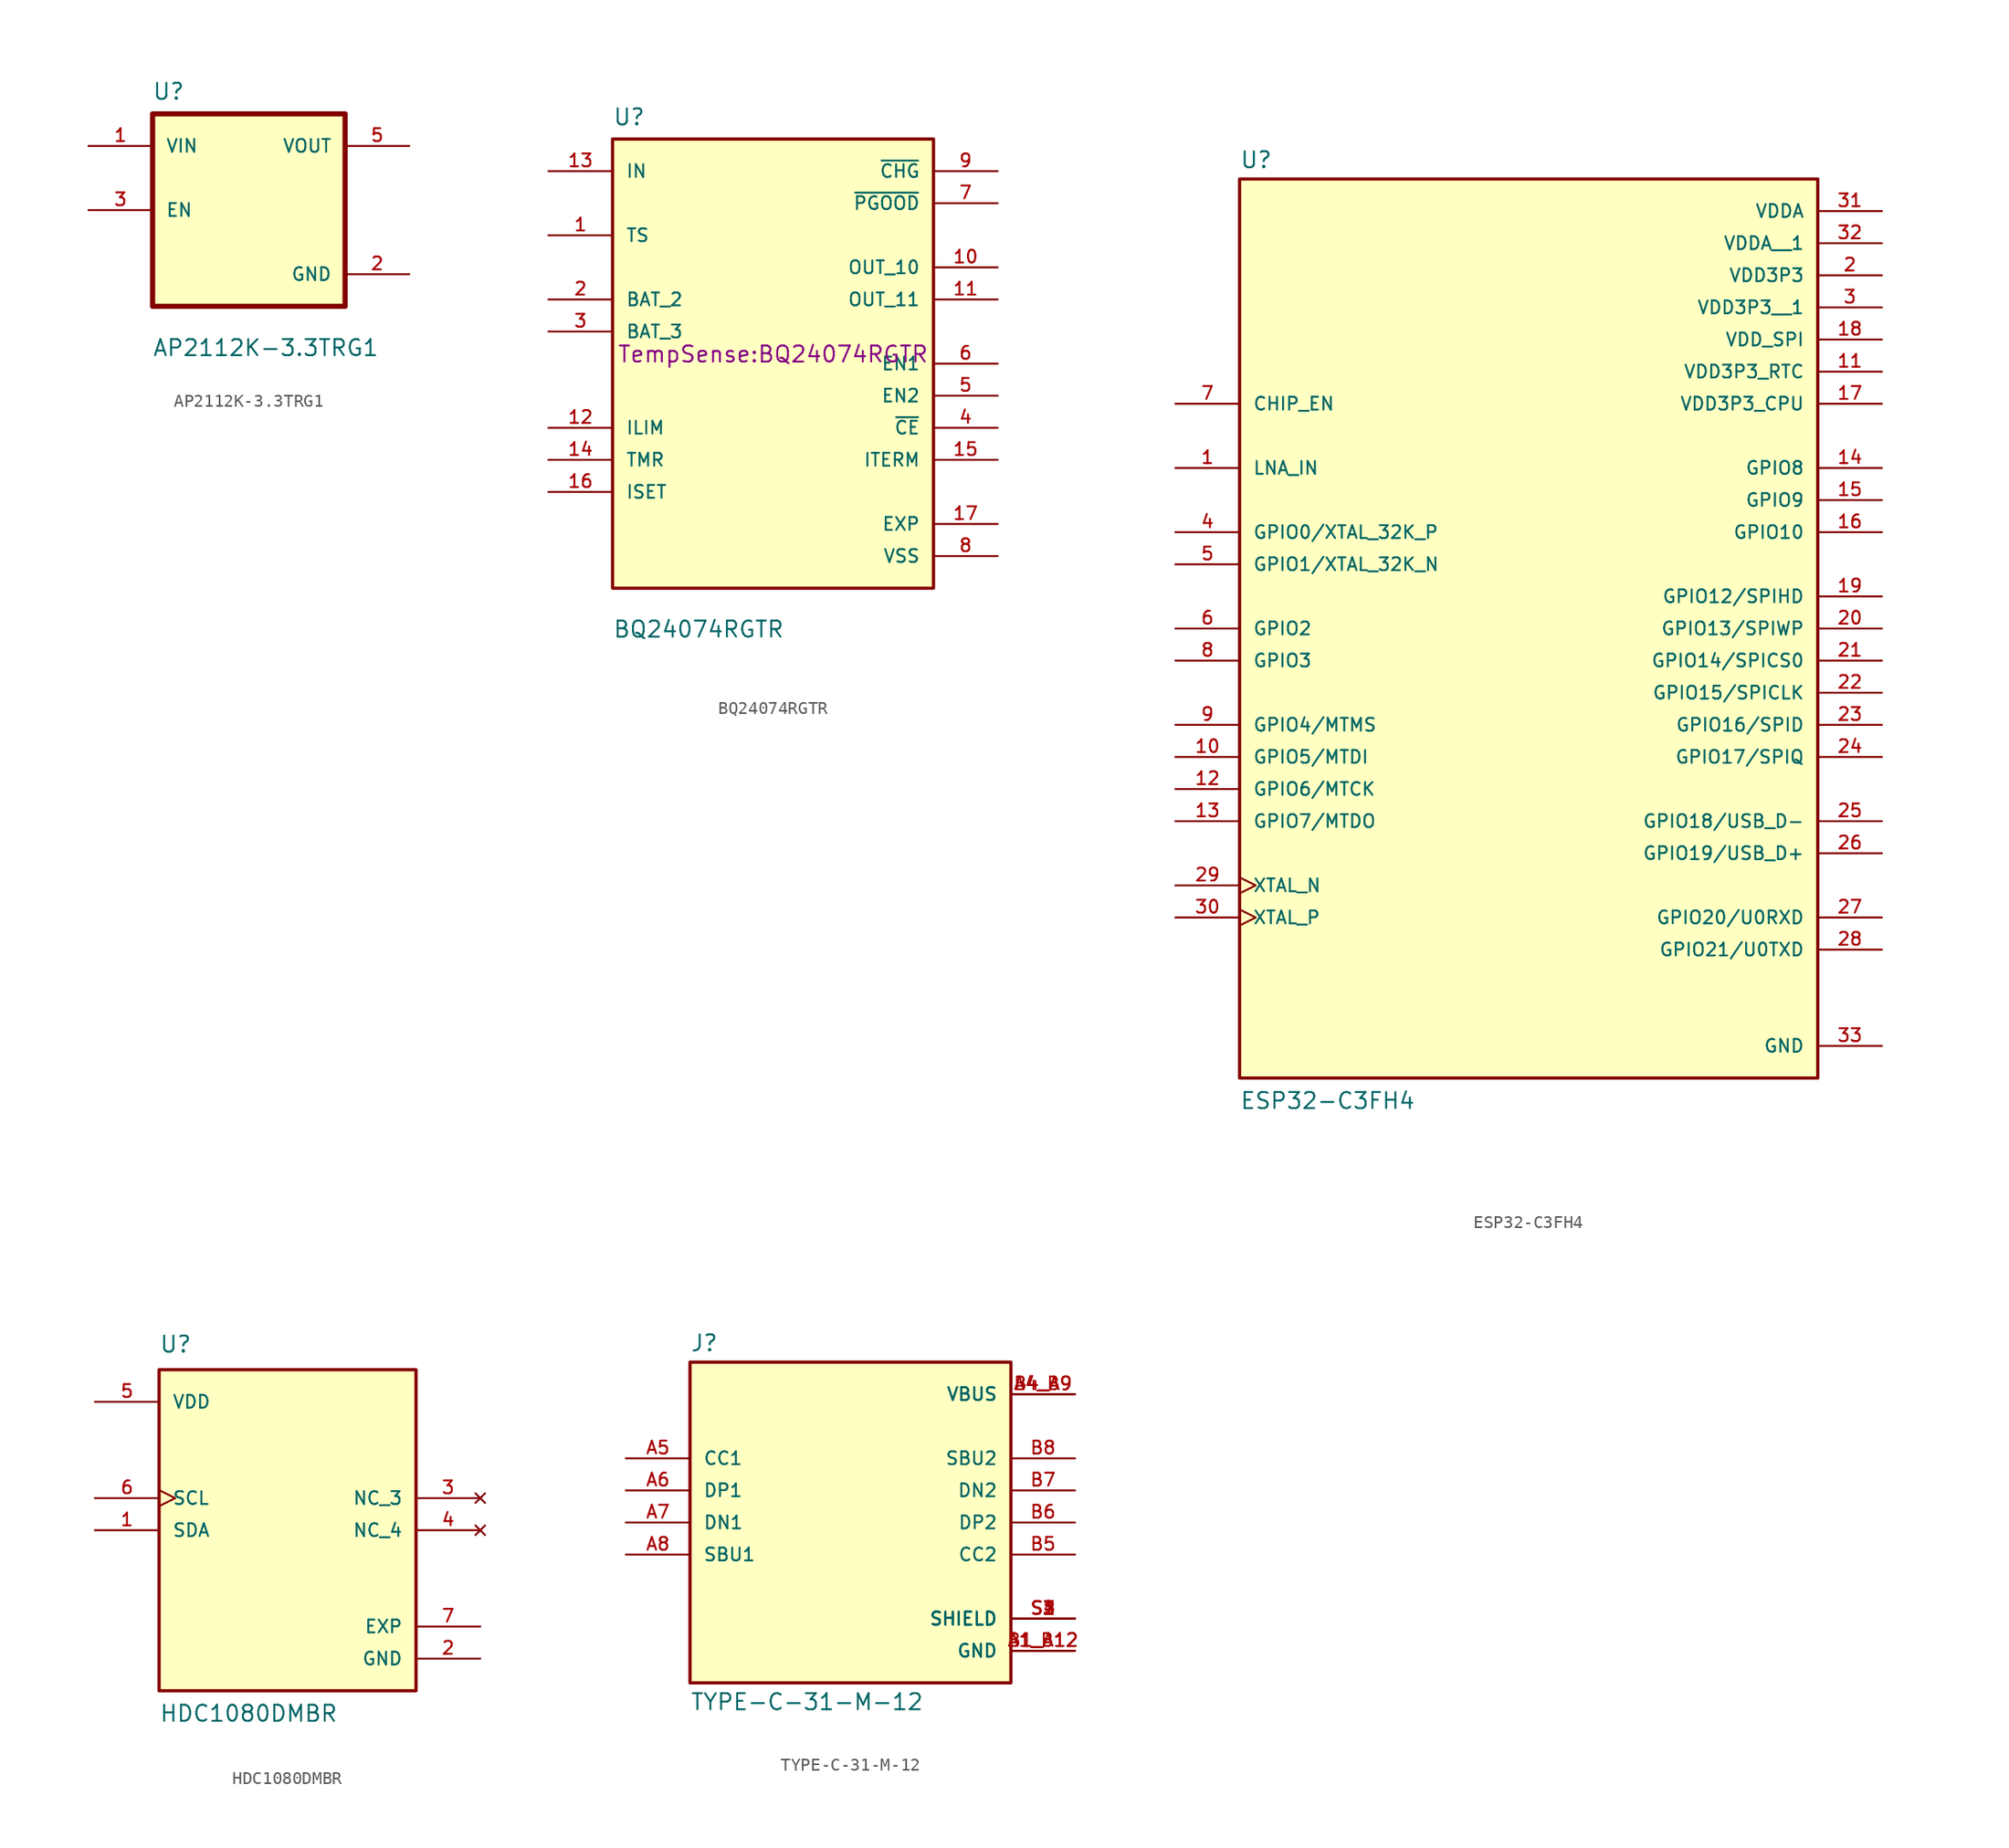
<source format=kicad_sym>
(kicad_symbol_lib
  (version 20241209)
  (generator "kicad_symbol_editor")
  (generator_version "9.0")
  (symbol "AP2112K-3.3TRG1"
    (pin_names
      (offset 1.016))
    (property "Reference" "U"
      (at -7.663 8.648 0)
      (effects (font (size 1.27 1.27)) (justify left bottom)))
    (property "Value" "AP2112K-3.3TRG1"
      (at -7.649 -11.651 0)
      (effects (font (size 1.27 1.27)) (justify left bottom)))
    (symbol "AP2112K-3.3TRG1_0_0"
      (rectangle (start -7.62 -7.62) (end 7.62 7.62) (stroke (width 0.41) (type default)) (fill (type background)))
      (pin power_in line (at -12.7 5.08 0) (length 5.08) (name "VIN" (effects (font (size 1.016 1.016)))) (number "1" (effects (font (size 1.016 1.016)))))
      (pin input line (at -12.7 0 0) (length 5.08) (name "EN" (effects (font (size 1.016 1.016)))) (number "3" (effects (font (size 1.016 1.016)))))
      (pin power_in line (at 12.7 5.08 180) (length 5.08) (name "VOUT" (effects (font (size 1.016 1.016)))) (number "5" (effects (font (size 1.016 1.016)))))
      (pin power_in line (at 12.7 -5.08 180) (length 5.08) (name "GND" (effects (font (size 1.016 1.016)))) (number "2" (effects (font (size 1.016 1.016)))))))
  (symbol "BQ24074RGTR"
    (pin_names
      (offset 1.016))
    (property "Reference" "U"
      (at -12.7 18.78 0)
      (effects (font (size 1.27 1.27)) (justify left bottom)))
    (property "Value" "BQ24074RGTR"
      (at -12.7 -21.78 0)
      (effects (font (size 1.27 1.27)) (justify left bottom)))
    (property "Footprint" "TempSense:BQ24074RGTR"
      (at 0 0 0)
      (effects (font (size 1.27 1.27)) (justify bottom)))
    (symbol "BQ24074RGTR_0_0"
      (rectangle (start -12.7 -17.78) (end 12.7 17.78) (stroke (width 0.254) (type default)) (fill (type background)))
      (pin input line (at -17.78 15.24 0) (length 5.08) (name "IN" (effects (font (size 1.016 1.016)))) (number "13" (effects (font (size 1.016 1.016)))))
      (pin input line (at -17.78 10.16 0) (length 5.08) (name "TS" (effects (font (size 1.016 1.016)))) (number "1" (effects (font (size 1.016 1.016)))))
      (pin bidirectional line (at -17.78 5.08 0) (length 5.08) (name "BAT_2" (effects (font (size 1.016 1.016)))) (number "2" (effects (font (size 1.016 1.016)))))
      (pin bidirectional line (at -17.78 2.54 0) (length 5.08) (name "BAT_3" (effects (font (size 1.016 1.016)))) (number "3" (effects (font (size 1.016 1.016)))))
      (pin input line (at -17.78 -5.08 0) (length 5.08) (name "ILIM" (effects (font (size 1.016 1.016)))) (number "12" (effects (font (size 1.016 1.016)))))
      (pin input line (at -17.78 -7.62 0) (length 5.08) (name "TMR" (effects (font (size 1.016 1.016)))) (number "14" (effects (font (size 1.016 1.016)))))
      (pin bidirectional line (at -17.78 -10.16 0) (length 5.08) (name "ISET" (effects (font (size 1.016 1.016)))) (number "16" (effects (font (size 1.016 1.016)))))
      (pin output line (at 17.78 15.24 180) (length 5.08) (name "~{CHG}" (effects (font (size 1.016 1.016)))) (number "9" (effects (font (size 1.016 1.016)))))
      (pin output line (at 17.78 12.7 180) (length 5.08) (name "~{PGOOD}" (effects (font (size 1.016 1.016)))) (number "7" (effects (font (size 1.016 1.016)))))
      (pin output line (at 17.78 7.62 180) (length 5.08) (name "OUT_10" (effects (font (size 1.016 1.016)))) (number "10" (effects (font (size 1.016 1.016)))))
      (pin output line (at 17.78 5.08 180) (length 5.08) (name "OUT_11" (effects (font (size 1.016 1.016)))) (number "11" (effects (font (size 1.016 1.016)))))
      (pin input line (at 17.78 0 180) (length 5.08) (name "EN1" (effects (font (size 1.016 1.016)))) (number "6" (effects (font (size 1.016 1.016)))))
      (pin input line (at 17.78 -2.54 180) (length 5.08) (name "EN2" (effects (font (size 1.016 1.016)))) (number "5" (effects (font (size 1.016 1.016)))))
      (pin input line (at 17.78 -5.08 180) (length 5.08) (name "~{CE}" (effects (font (size 1.016 1.016)))) (number "4" (effects (font (size 1.016 1.016)))))
      (pin input line (at 17.78 -7.62 180) (length 5.08) (name "ITERM" (effects (font (size 1.016 1.016)))) (number "15" (effects (font (size 1.016 1.016)))))
      (pin power_in line (at 17.78 -12.7 180) (length 5.08) (name "EXP" (effects (font (size 1.016 1.016)))) (number "17" (effects (font (size 1.016 1.016)))))
      (pin power_in line (at 17.78 -15.24 180) (length 5.08) (name "VSS" (effects (font (size 1.016 1.016)))) (number "8" (effects (font (size 1.016 1.016)))))))
  (symbol "ESP32-C3FH4"
    (pin_names
      (offset 1.016))
    (property "Reference" "U"
      (at -22.86 33.782 0)
      (effects (font (size 1.27 1.27)) (justify left bottom)))
    (property "Value" "ESP32-C3FH4"
      (at -22.86 -40.64 0)
      (effects (font (size 1.27 1.27)) (justify left bottom)))
    (symbol "ESP32-C3FH4_0_0"
      (rectangle (start -22.86 -38.1) (end 22.86 33.02) (stroke (width 0.254) (type default)) (fill (type background)))
      (pin input line (at -27.94 15.24 0) (length 5.08) (name "CHIP_EN" (effects (font (size 1.016 1.016)))) (number "7" (effects (font (size 1.016 1.016)))))
      (pin input line (at -27.94 10.16 0) (length 5.08) (name "LNA_IN" (effects (font (size 1.016 1.016)))) (number "1" (effects (font (size 1.016 1.016)))))
      (pin bidirectional line (at -27.94 5.08 0) (length 5.08) (name "GPIO0/XTAL_32K_P" (effects (font (size 1.016 1.016)))) (number "4" (effects (font (size 1.016 1.016)))))
      (pin bidirectional line (at -27.94 2.54 0) (length 5.08) (name "GPIO1/XTAL_32K_N" (effects (font (size 1.016 1.016)))) (number "5" (effects (font (size 1.016 1.016)))))
      (pin bidirectional line (at -27.94 -2.54 0) (length 5.08) (name "GPIO2" (effects (font (size 1.016 1.016)))) (number "6" (effects (font (size 1.016 1.016)))))
      (pin bidirectional line (at -27.94 -5.08 0) (length 5.08) (name "GPIO3" (effects (font (size 1.016 1.016)))) (number "8" (effects (font (size 1.016 1.016)))))
      (pin bidirectional line (at -27.94 -10.16 0) (length 5.08) (name "GPIO4/MTMS" (effects (font (size 1.016 1.016)))) (number "9" (effects (font (size 1.016 1.016)))))
      (pin bidirectional line (at -27.94 -12.7 0) (length 5.08) (name "GPIO5/MTDI" (effects (font (size 1.016 1.016)))) (number "10" (effects (font (size 1.016 1.016)))))
      (pin bidirectional line (at -27.94 -15.24 0) (length 5.08) (name "GPIO6/MTCK" (effects (font (size 1.016 1.016)))) (number "12" (effects (font (size 1.016 1.016)))))
      (pin bidirectional line (at -27.94 -17.78 0) (length 5.08) (name "GPIO7/MTDO" (effects (font (size 1.016 1.016)))) (number "13" (effects (font (size 1.016 1.016)))))
      (pin input clock (at -27.94 -22.86 0) (length 5.08) (name "XTAL_N" (effects (font (size 1.016 1.016)))) (number "29" (effects (font (size 1.016 1.016)))))
      (pin input clock (at -27.94 -25.4 0) (length 5.08) (name "XTAL_P" (effects (font (size 1.016 1.016)))) (number "30" (effects (font (size 1.016 1.016)))))
      (pin power_in line (at 27.94 30.48 180) (length 5.08) (name "VDDA" (effects (font (size 1.016 1.016)))) (number "31" (effects (font (size 1.016 1.016)))))
      (pin power_in line (at 27.94 27.94 180) (length 5.08) (name "VDDA__1" (effects (font (size 1.016 1.016)))) (number "32" (effects (font (size 1.016 1.016)))))
      (pin power_in line (at 27.94 25.4 180) (length 5.08) (name "VDD3P3" (effects (font (size 1.016 1.016)))) (number "2" (effects (font (size 1.016 1.016)))))
      (pin power_in line (at 27.94 22.86 180) (length 5.08) (name "VDD3P3__1" (effects (font (size 1.016 1.016)))) (number "3" (effects (font (size 1.016 1.016)))))
      (pin power_in line (at 27.94 20.32 180) (length 5.08) (name "VDD_SPI" (effects (font (size 1.016 1.016)))) (number "18" (effects (font (size 1.016 1.016)))))
      (pin power_in line (at 27.94 17.78 180) (length 5.08) (name "VDD3P3_RTC" (effects (font (size 1.016 1.016)))) (number "11" (effects (font (size 1.016 1.016)))))
      (pin power_in line (at 27.94 15.24 180) (length 5.08) (name "VDD3P3_CPU" (effects (font (size 1.016 1.016)))) (number "17" (effects (font (size 1.016 1.016)))))
      (pin bidirectional line (at 27.94 10.16 180) (length 5.08) (name "GPIO8" (effects (font (size 1.016 1.016)))) (number "14" (effects (font (size 1.016 1.016)))))
      (pin bidirectional line (at 27.94 7.62 180) (length 5.08) (name "GPIO9" (effects (font (size 1.016 1.016)))) (number "15" (effects (font (size 1.016 1.016)))))
      (pin bidirectional line (at 27.94 5.08 180) (length 5.08) (name "GPIO10" (effects (font (size 1.016 1.016)))) (number "16" (effects (font (size 1.016 1.016)))))
      (pin bidirectional line (at 27.94 0 180) (length 5.08) (name "GPIO12/SPIHD" (effects (font (size 1.016 1.016)))) (number "19" (effects (font (size 1.016 1.016)))))
      (pin bidirectional line (at 27.94 -2.54 180) (length 5.08) (name "GPIO13/SPIWP" (effects (font (size 1.016 1.016)))) (number "20" (effects (font (size 1.016 1.016)))))
      (pin bidirectional line (at 27.94 -5.08 180) (length 5.08) (name "GPIO14/SPICS0" (effects (font (size 1.016 1.016)))) (number "21" (effects (font (size 1.016 1.016)))))
      (pin bidirectional line (at 27.94 -7.62 180) (length 5.08) (name "GPIO15/SPICLK" (effects (font (size 1.016 1.016)))) (number "22" (effects (font (size 1.016 1.016)))))
      (pin bidirectional line (at 27.94 -10.16 180) (length 5.08) (name "GPIO16/SPID" (effects (font (size 1.016 1.016)))) (number "23" (effects (font (size 1.016 1.016)))))
      (pin bidirectional line (at 27.94 -12.7 180) (length 5.08) (name "GPIO17/SPIQ" (effects (font (size 1.016 1.016)))) (number "24" (effects (font (size 1.016 1.016)))))
      (pin bidirectional line (at 27.94 -17.78 180) (length 5.08) (name "GPIO18/USB_D-" (effects (font (size 1.016 1.016)))) (number "25" (effects (font (size 1.016 1.016)))))
      (pin bidirectional line (at 27.94 -20.32 180) (length 5.08) (name "GPIO19/USB_D+" (effects (font (size 1.016 1.016)))) (number "26" (effects (font (size 1.016 1.016)))))
      (pin bidirectional line (at 27.94 -25.4 180) (length 5.08) (name "GPIO20/U0RXD" (effects (font (size 1.016 1.016)))) (number "27" (effects (font (size 1.016 1.016)))))
      (pin bidirectional line (at 27.94 -27.94 180) (length 5.08) (name "GPIO21/U0TXD" (effects (font (size 1.016 1.016)))) (number "28" (effects (font (size 1.016 1.016)))))
      (pin power_in line (at 27.94 -35.56 180) (length 5.08) (name "GND" (effects (font (size 1.016 1.016)))) (number "33" (effects (font (size 1.016 1.016)))))))
  (symbol "HDC1080DMBR"
    (pin_names
      (offset 1.016))
    (property "Reference" "U"
      (at -10.16 13.97 0)
      (effects (font (size 1.27 1.27)) (justify left bottom)))
    (property "Value" "HDC1080DMBR"
      (at -10.16 -15.24 0)
      (effects (font (size 1.27 1.27)) (justify left bottom)))
    (symbol "HDC1080DMBR_0_0"
      (rectangle (start -10.16 -12.7) (end 10.16 12.7) (stroke (width 0.254) (type default)) (fill (type background)))
      (pin power_in line (at -15.24 10.16 0) (length 5.08) (name "VDD" (effects (font (size 1.016 1.016)))) (number "5" (effects (font (size 1.016 1.016)))))
      (pin input clock (at -15.24 2.54 0) (length 5.08) (name "SCL" (effects (font (size 1.016 1.016)))) (number "6" (effects (font (size 1.016 1.016)))))
      (pin bidirectional line (at -15.24 0 0) (length 5.08) (name "SDA" (effects (font (size 1.016 1.016)))) (number "1" (effects (font (size 1.016 1.016)))))
      (pin no_connect line (at 15.24 2.54 180) (length 5.08) (name "NC_3" (effects (font (size 1.016 1.016)))) (number "3" (effects (font (size 1.016 1.016)))))
      (pin no_connect line (at 15.24 0 180) (length 5.08) (name "NC_4" (effects (font (size 1.016 1.016)))) (number "4" (effects (font (size 1.016 1.016)))))
      (pin passive line (at 15.24 -7.62 180) (length 5.08) (name "EXP" (effects (font (size 1.016 1.016)))) (number "7" (effects (font (size 1.016 1.016)))))
      (pin power_in line (at 15.24 -10.16 180) (length 5.08) (name "GND" (effects (font (size 1.016 1.016)))) (number "2" (effects (font (size 1.016 1.016)))))))
  (symbol "TYPE-C-31-M-12"
    (pin_names
      (offset 1.016))
    (property "Reference" "J"
      (at -12.7 13.462 0)
      (effects (font (size 1.27 1.27)) (justify left bottom)))
    (property "Value" "TYPE-C-31-M-12"
      (at -12.7 -13.462 0)
      (effects (font (size 1.27 1.27)) (justify left top)))
    (symbol "TYPE-C-31-M-12_0_0"
      (rectangle (start -12.7 -12.7) (end 12.7 12.7) (stroke (width 0.254) (type default)) (fill (type background)))
      (pin bidirectional line (at -17.78 5.08 0) (length 5.08) (name "CC1" (effects (font (size 1.016 1.016)))) (number "A5" (effects (font (size 1.016 1.016)))))
      (pin bidirectional line (at -17.78 2.54 0) (length 5.08) (name "DP1" (effects (font (size 1.016 1.016)))) (number "A6" (effects (font (size 1.016 1.016)))))
      (pin bidirectional line (at -17.78 0 0) (length 5.08) (name "DN1" (effects (font (size 1.016 1.016)))) (number "A7" (effects (font (size 1.016 1.016)))))
      (pin bidirectional line (at -17.78 -2.54 0) (length 5.08) (name "SBU1" (effects (font (size 1.016 1.016)))) (number "A8" (effects (font (size 1.016 1.016)))))
      (pin power_in line (at 17.78 10.16 180) (length 5.08) (name "VBUS" (effects (font (size 1.016 1.016)))) (number "A4_B9" (effects (font (size 1.016 1.016)))))
      (pin power_in line (at 17.78 10.16 180) (length 5.08) (name "VBUS" (effects (font (size 1.016 1.016)))) (number "B4_A9" (effects (font (size 1.016 1.016)))))
      (pin bidirectional line (at 17.78 5.08 180) (length 5.08) (name "SBU2" (effects (font (size 1.016 1.016)))) (number "B8" (effects (font (size 1.016 1.016)))))
      (pin bidirectional line (at 17.78 2.54 180) (length 5.08) (name "DN2" (effects (font (size 1.016 1.016)))) (number "B7" (effects (font (size 1.016 1.016)))))
      (pin bidirectional line (at 17.78 0 180) (length 5.08) (name "DP2" (effects (font (size 1.016 1.016)))) (number "B6" (effects (font (size 1.016 1.016)))))
      (pin bidirectional line (at 17.78 -2.54 180) (length 5.08) (name "CC2" (effects (font (size 1.016 1.016)))) (number "B5" (effects (font (size 1.016 1.016)))))
      (pin passive line (at 17.78 -7.62 180) (length 5.08) (name "SHIELD" (effects (font (size 1.016 1.016)))) (number "S1" (effects (font (size 1.016 1.016)))))
      (pin passive line (at 17.78 -7.62 180) (length 5.08) (name "SHIELD" (effects (font (size 1.016 1.016)))) (number "S2" (effects (font (size 1.016 1.016)))))
      (pin passive line (at 17.78 -7.62 180) (length 5.08) (name "SHIELD" (effects (font (size 1.016 1.016)))) (number "S3" (effects (font (size 1.016 1.016)))))
      (pin passive line (at 17.78 -7.62 180) (length 5.08) (name "SHIELD" (effects (font (size 1.016 1.016)))) (number "S4" (effects (font (size 1.016 1.016)))))
      (pin power_in line (at 17.78 -10.16 180) (length 5.08) (name "GND" (effects (font (size 1.016 1.016)))) (number "A1_B12" (effects (font (size 1.016 1.016)))))
      (pin power_in line (at 17.78 -10.16 180) (length 5.08) (name "GND" (effects (font (size 1.016 1.016)))) (number "B1_A12" (effects (font (size 1.016 1.016))))))))
</source>
